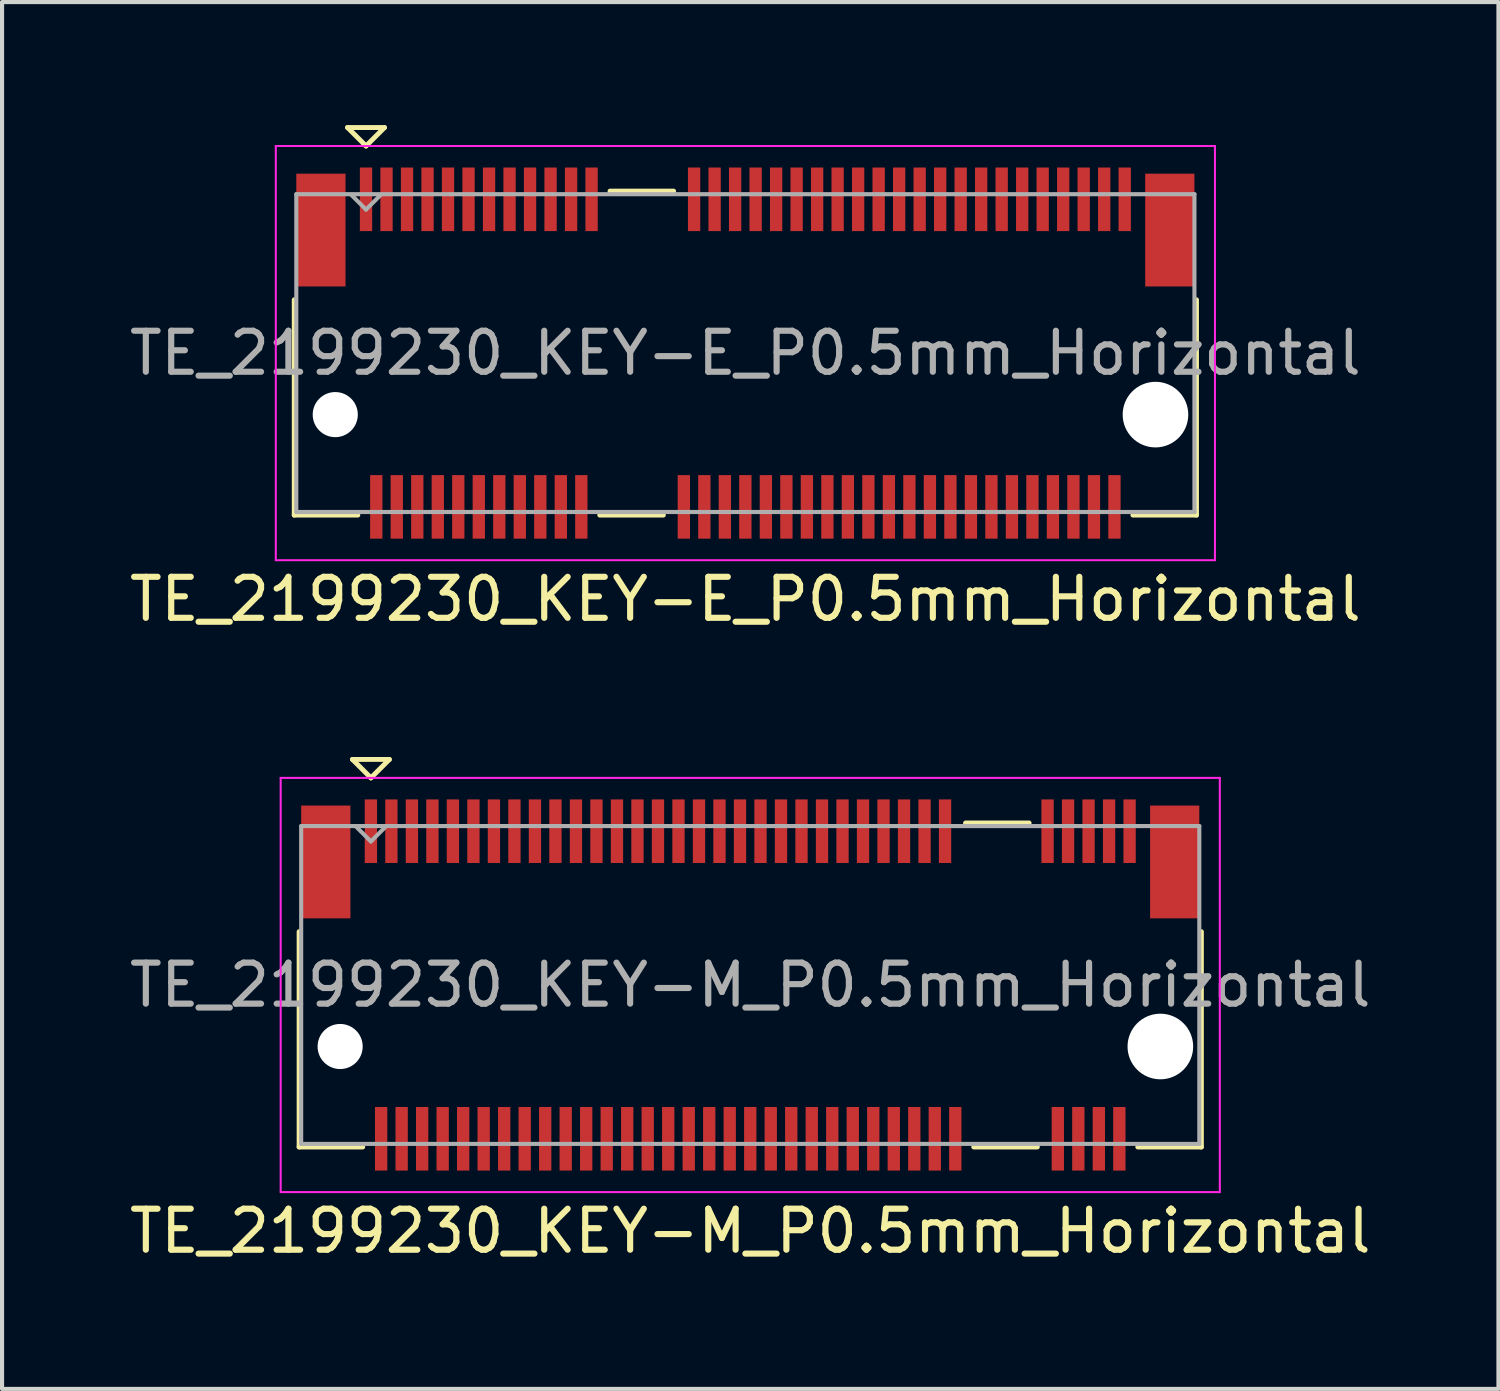
<source format=kicad_pcb>
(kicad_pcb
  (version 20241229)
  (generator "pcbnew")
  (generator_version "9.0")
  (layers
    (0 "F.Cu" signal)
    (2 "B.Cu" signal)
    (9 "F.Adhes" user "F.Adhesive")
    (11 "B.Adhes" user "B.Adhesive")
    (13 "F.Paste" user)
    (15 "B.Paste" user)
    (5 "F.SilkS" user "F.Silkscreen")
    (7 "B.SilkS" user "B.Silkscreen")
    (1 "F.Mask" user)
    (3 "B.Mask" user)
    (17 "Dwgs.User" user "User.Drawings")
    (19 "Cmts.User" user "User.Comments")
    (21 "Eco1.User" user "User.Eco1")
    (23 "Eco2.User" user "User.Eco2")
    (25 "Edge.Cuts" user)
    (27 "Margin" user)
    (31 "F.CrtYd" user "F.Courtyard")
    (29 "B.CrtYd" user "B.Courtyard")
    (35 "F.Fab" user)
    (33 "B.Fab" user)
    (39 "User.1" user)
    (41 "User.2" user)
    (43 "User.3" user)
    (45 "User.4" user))
  (footprint "TE_2199230_KEY-M_P0.5mm_Horizontal"
    (layer "F.Cu")
    (at 15.244 20.968)
    (property "Reference" "TE_2199230_KEY-M_P0.5mm_Horizontal" (at 0 6 0) (layer "F.SilkS") (effects (font (size 1 1) (thickness 0.15))))
    (attr through_hole)
    (fp_line (start -11 3.95) (end -11 -1.3) (stroke (width 0.12) (type solid)) (layer "F.SilkS"))
    (fp_line (start -9.7 -5.5) (end -8.8 -5.5) (stroke (width 0.12) (type solid)) (layer "F.SilkS"))
    (fp_line (start -9.45 3.95) (end -11 3.95) (stroke (width 0.12) (type solid)) (layer "F.SilkS"))
    (fp_line (start -9.25 -5.05) (end -9.7 -5.5) (stroke (width 0.12) (type solid)) (layer "F.SilkS"))
    (fp_line (start -8.8 -5.5) (end -9.25 -5.05) (stroke (width 0.12) (type solid)) (layer "F.SilkS"))
    (fp_line (start 6.8 -3.95) (end 5.25 -3.95) (stroke (width 0.12) (type solid)) (layer "F.SilkS"))
    (fp_line (start 7 3.95) (end 5.45 3.95) (stroke (width 0.12) (type solid)) (layer "F.SilkS"))
    (fp_line (start 11 -1.3) (end 11 3.95) (stroke (width 0.12) (type solid)) (layer "F.SilkS"))
    (fp_line (start 11 3.95) (end 9.45 3.95) (stroke (width 0.12) (type solid)) (layer "F.SilkS"))
    (fp_line (start -11.45 -5.05) (end 11.45 -5.05) (stroke (width 0.05) (type solid)) (layer "F.CrtYd"))
    (fp_line (start -11.45 5.05) (end -11.45 -5.05) (stroke (width 0.05) (type solid)) (layer "F.CrtYd"))
    (fp_line (start -11.45 5.05) (end 11.45 5.05) (stroke (width 0.05) (type solid)) (layer "F.CrtYd"))
    (fp_line (start 11.45 -5.05) (end 11.45 5.05) (stroke (width 0.05) (type solid)) (layer "F.CrtYd"))
    (fp_line (start -10.95 -3.875) (end -10.95 3.875) (stroke (width 0.1) (type solid)) (layer "F.Fab"))
    (fp_line (start -10.95 3.875) (end 10.95 3.875) (stroke (width 0.1) (type solid)) (layer "F.Fab"))
    (fp_line (start -9.25 -3.5) (end -9.61 -3.86) (stroke (width 0.1) (type solid)) (layer "F.Fab"))
    (fp_line (start -9.25 -3.5) (end -8.89 -3.86) (stroke (width 0.1) (type solid)) (layer "F.Fab"))
    (fp_line (start 10.95 -3.875) (end -10.95 -3.875) (stroke (width 0.1) (type solid)) (layer "F.Fab"))
    (fp_line (start 10.95 -3.875) (end 10.95 3.875) (stroke (width 0.1) (type solid)) (layer "F.Fab"))
    (fp_text user "${REFERENCE}" (at 0 0 0) (layer "F.Fab") (effects (font (size 1 1) (thickness 0.15))))
    (pad "" np_thru_hole circle (at -10 1.5) (size 1.1 1.1) (drill 1.1) (layers "*.Cu" "*.Mask"))
    (pad "" np_thru_hole circle (at 10 1.5) (size 1.6 1.6) (drill 1.6) (layers "*.Cu" "*.Mask"))
    (pad "1" smd rect (at -9.25 -3.75) (size 0.3 1.55) (layers "F.Cu" "F.Mask" "F.Paste"))
    (pad "2" smd rect (at -9 3.75) (size 0.3 1.55) (layers "F.Cu" "F.Mask" "F.Paste"))
    (pad "3" smd rect (at -8.75 -3.75) (size 0.3 1.55) (layers "F.Cu" "F.Mask" "F.Paste"))
    (pad "4" smd rect (at -8.5 3.75) (size 0.3 1.55) (layers "F.Cu" "F.Mask" "F.Paste"))
    (pad "5" smd rect (at -8.25 -3.75) (size 0.3 1.55) (layers "F.Cu" "F.Mask" "F.Paste"))
    (pad "6" smd rect (at -8 3.75) (size 0.3 1.55) (layers "F.Cu" "F.Mask" "F.Paste"))
    (pad "7" smd rect (at -7.75 -3.75) (size 0.3 1.55) (layers "F.Cu" "F.Mask" "F.Paste"))
    (pad "8" smd rect (at -7.5 3.75) (size 0.3 1.55) (layers "F.Cu" "F.Mask" "F.Paste"))
    (pad "9" smd rect (at -7.25 -3.75) (size 0.3 1.55) (layers "F.Cu" "F.Mask" "F.Paste"))
    (pad "10" smd rect (at -7 3.75) (size 0.3 1.55) (layers "F.Cu" "F.Mask" "F.Paste"))
    (pad "11" smd rect (at -6.75 -3.75) (size 0.3 1.55) (layers "F.Cu" "F.Mask" "F.Paste"))
    (pad "12" smd rect (at -6.5 3.75) (size 0.3 1.55) (layers "F.Cu" "F.Mask" "F.Paste"))
    (pad "13" smd rect (at -6.25 -3.75) (size 0.3 1.55) (layers "F.Cu" "F.Mask" "F.Paste"))
    (pad "14" smd rect (at -6 3.75) (size 0.3 1.55) (layers "F.Cu" "F.Mask" "F.Paste"))
    (pad "15" smd rect (at -5.75 -3.75) (size 0.3 1.55) (layers "F.Cu" "F.Mask" "F.Paste"))
    (pad "16" smd rect (at -5.5 3.75) (size 0.3 1.55) (layers "F.Cu" "F.Mask" "F.Paste"))
    (pad "17" smd rect (at -5.25 -3.75) (size 0.3 1.55) (layers "F.Cu" "F.Mask" "F.Paste"))
    (pad "18" smd rect (at -5 3.75) (size 0.3 1.55) (layers "F.Cu" "F.Mask" "F.Paste"))
    (pad "19" smd rect (at -4.75 -3.75) (size 0.3 1.55) (layers "F.Cu" "F.Mask" "F.Paste"))
    (pad "20" smd rect (at -4.5 3.75) (size 0.3 1.55) (layers "F.Cu" "F.Mask" "F.Paste"))
    (pad "21" smd rect (at -4.25 -3.75) (size 0.3 1.55) (layers "F.Cu" "F.Mask" "F.Paste"))
    (pad "22" smd rect (at -4 3.75) (size 0.3 1.55) (layers "F.Cu" "F.Mask" "F.Paste"))
    (pad "23" smd rect (at -3.75 -3.75) (size 0.3 1.55) (layers "F.Cu" "F.Mask" "F.Paste"))
    (pad "24" smd rect (at -3.5 3.75) (size 0.3 1.55) (layers "F.Cu" "F.Mask" "F.Paste"))
    (pad "25" smd rect (at -3.25 -3.75) (size 0.3 1.55) (layers "F.Cu" "F.Mask" "F.Paste"))
    (pad "26" smd rect (at -3 3.75) (size 0.3 1.55) (layers "F.Cu" "F.Mask" "F.Paste"))
    (pad "27" smd rect (at -2.75 -3.75) (size 0.3 1.55) (layers "F.Cu" "F.Mask" "F.Paste"))
    (pad "28" smd rect (at -2.5 3.75) (size 0.3 1.55) (layers "F.Cu" "F.Mask" "F.Paste"))
    (pad "29" smd rect (at -2.25 -3.75) (size 0.3 1.55) (layers "F.Cu" "F.Mask" "F.Paste"))
    (pad "30" smd rect (at -2 3.75) (size 0.3 1.55) (layers "F.Cu" "F.Mask" "F.Paste"))
    (pad "31" smd rect (at -1.75 -3.75) (size 0.3 1.55) (layers "F.Cu" "F.Mask" "F.Paste"))
    (pad "32" smd rect (at -1.5 3.75) (size 0.3 1.55) (layers "F.Cu" "F.Mask" "F.Paste"))
    (pad "33" smd rect (at -1.25 -3.75) (size 0.3 1.55) (layers "F.Cu" "F.Mask" "F.Paste"))
    (pad "34" smd rect (at -1 3.75) (size 0.3 1.55) (layers "F.Cu" "F.Mask" "F.Paste"))
    (pad "35" smd rect (at -0.75 -3.75) (size 0.3 1.55) (layers "F.Cu" "F.Mask" "F.Paste"))
    (pad "36" smd rect (at -0.5 3.75) (size 0.3 1.55) (layers "F.Cu" "F.Mask" "F.Paste"))
    (pad "37" smd rect (at -0.25 -3.75) (size 0.3 1.55) (layers "F.Cu" "F.Mask" "F.Paste"))
    (pad "38" smd rect (at 0 3.75) (size 0.3 1.55) (layers "F.Cu" "F.Mask" "F.Paste"))
    (pad "39" smd rect (at 0.25 -3.75) (size 0.3 1.55) (layers "F.Cu" "F.Mask" "F.Paste"))
    (pad "40" smd rect (at 0.5 3.75) (size 0.3 1.55) (layers "F.Cu" "F.Mask" "F.Paste"))
    (pad "41" smd rect (at 0.75 -3.75) (size 0.3 1.55) (layers "F.Cu" "F.Mask" "F.Paste"))
    (pad "42" smd rect (at 1 3.75) (size 0.3 1.55) (layers "F.Cu" "F.Mask" "F.Paste"))
    (pad "43" smd rect (at 1.25 -3.75) (size 0.3 1.55) (layers "F.Cu" "F.Mask" "F.Paste"))
    (pad "44" smd rect (at 1.5 3.75) (size 0.3 1.55) (layers "F.Cu" "F.Mask" "F.Paste"))
    (pad "45" smd rect (at 1.75 -3.75) (size 0.3 1.55) (layers "F.Cu" "F.Mask" "F.Paste"))
    (pad "46" smd rect (at 2 3.75) (size 0.3 1.55) (layers "F.Cu" "F.Mask" "F.Paste"))
    (pad "47" smd rect (at 2.25 -3.75) (size 0.3 1.55) (layers "F.Cu" "F.Mask" "F.Paste"))
    (pad "48" smd rect (at 2.5 3.75) (size 0.3 1.55) (layers "F.Cu" "F.Mask" "F.Paste"))
    (pad "49" smd rect (at 2.75 -3.75) (size 0.3 1.55) (layers "F.Cu" "F.Mask" "F.Paste"))
    (pad "50" smd rect (at 3 3.75) (size 0.3 1.55) (layers "F.Cu" "F.Mask" "F.Paste"))
    (pad "51" smd rect (at 3.25 -3.75) (size 0.3 1.55) (layers "F.Cu" "F.Mask" "F.Paste"))
    (pad "52" smd rect (at 3.5 3.75) (size 0.3 1.55) (layers "F.Cu" "F.Mask" "F.Paste"))
    (pad "53" smd rect (at 3.75 -3.75) (size 0.3 1.55) (layers "F.Cu" "F.Mask" "F.Paste"))
    (pad "54" smd rect (at 4 3.75) (size 0.3 1.55) (layers "F.Cu" "F.Mask" "F.Paste"))
    (pad "55" smd rect (at 4.25 -3.75) (size 0.3 1.55) (layers "F.Cu" "F.Mask" "F.Paste"))
    (pad "56" smd rect (at 4.5 3.75) (size 0.3 1.55) (layers "F.Cu" "F.Mask" "F.Paste"))
    (pad "57" smd rect (at 4.75 -3.75) (size 0.3 1.55) (layers "F.Cu" "F.Mask" "F.Paste"))
    (pad "58" smd rect (at 5 3.75) (size 0.3 1.55) (layers "F.Cu" "F.Mask" "F.Paste"))
    (pad "67" smd rect (at 7.25 -3.75) (size 0.3 1.55) (layers "F.Cu" "F.Mask" "F.Paste"))
    (pad "68" smd rect (at 7.5 3.75) (size 0.3 1.55) (layers "F.Cu" "F.Mask" "F.Paste"))
    (pad "69" smd rect (at 7.75 -3.75) (size 0.3 1.55) (layers "F.Cu" "F.Mask" "F.Paste"))
    (pad "70" smd rect (at 8 3.75) (size 0.3 1.55) (layers "F.Cu" "F.Mask" "F.Paste"))
    (pad "71" smd rect (at 8.25 -3.75) (size 0.3 1.55) (layers "F.Cu" "F.Mask" "F.Paste"))
    (pad "72" smd rect (at 8.5 3.75) (size 0.3 1.55) (layers "F.Cu" "F.Mask" "F.Paste"))
    (pad "73" smd rect (at 8.75 -3.75) (size 0.3 1.55) (layers "F.Cu" "F.Mask" "F.Paste"))
    (pad "74" smd rect (at 9 3.75) (size 0.3 1.55) (layers "F.Cu" "F.Mask" "F.Paste"))
    (pad "75" smd rect (at 9.25 -3.75) (size 0.3 1.55) (layers "F.Cu" "F.Mask" "F.Paste"))
    (pad "MP" smd rect (at -10.35 -3) (size 1.2 2.75) (layers "F.Cu" "F.Mask" "F.Paste"))
    (pad "MP" smd rect (at 10.35 -3) (size 1.2 2.75) (layers "F.Cu" "F.Mask" "F.Paste")))
  (footprint "TE_2199230_KEY-E_P0.5mm_Horizontal"
    (layer "F.Cu")
    (at 15.125 5.56)
    (property "Reference" "TE_2199230_KEY-E_P0.5mm_Horizontal" (at 0 6 0) (layer "F.SilkS") (effects (font (size 1 1) (thickness 0.15))))
    (attr through_hole)
    (fp_line (start -11 3.95) (end -11 -1.3) (stroke (width 0.12) (type solid)) (layer "F.SilkS"))
    (fp_line (start -9.7 -5.5) (end -8.8 -5.5) (stroke (width 0.12) (type solid)) (layer "F.SilkS"))
    (fp_line (start -9.45 3.95) (end -11 3.95) (stroke (width 0.12) (type solid)) (layer "F.SilkS"))
    (fp_line (start -9.25 -5.05) (end -9.7 -5.5) (stroke (width 0.12) (type solid)) (layer "F.SilkS"))
    (fp_line (start -8.8 -5.5) (end -9.25 -5.05) (stroke (width 0.12) (type solid)) (layer "F.SilkS"))
    (fp_line (start -2 3.95) (end -3.55 3.95) (stroke (width 0.12) (type solid)) (layer "F.SilkS"))
    (fp_line (start -1.75 -3.95) (end -3.3 -3.95) (stroke (width 0.12) (type solid)) (layer "F.SilkS"))
    (fp_line (start 11 -1.3) (end 11 3.95) (stroke (width 0.12) (type solid)) (layer "F.SilkS"))
    (fp_line (start 11 3.95) (end 9.45 3.95) (stroke (width 0.12) (type solid)) (layer "F.SilkS"))
    (fp_line (start -11.45 -5.05) (end 11.45 -5.05) (stroke (width 0.05) (type solid)) (layer "F.CrtYd"))
    (fp_line (start -11.45 5.05) (end -11.45 -5.05) (stroke (width 0.05) (type solid)) (layer "F.CrtYd"))
    (fp_line (start -11.45 5.05) (end 11.45 5.05) (stroke (width 0.05) (type solid)) (layer "F.CrtYd"))
    (fp_line (start 11.45 -5.05) (end 11.45 5.05) (stroke (width 0.05) (type solid)) (layer "F.CrtYd"))
    (fp_line (start -10.95 -3.875) (end -10.95 3.875) (stroke (width 0.1) (type solid)) (layer "F.Fab"))
    (fp_line (start -10.95 3.875) (end 10.95 3.875) (stroke (width 0.1) (type solid)) (layer "F.Fab"))
    (fp_line (start -9.25 -3.5) (end -9.61 -3.86) (stroke (width 0.1) (type solid)) (layer "F.Fab"))
    (fp_line (start -9.25 -3.5) (end -8.89 -3.86) (stroke (width 0.1) (type solid)) (layer "F.Fab"))
    (fp_line (start 10.95 -3.875) (end -10.95 -3.875) (stroke (width 0.1) (type solid)) (layer "F.Fab"))
    (fp_line (start 10.95 -3.875) (end 10.95 3.875) (stroke (width 0.1) (type solid)) (layer "F.Fab"))
    (fp_text user "${REFERENCE}" (at 0 0 0) (layer "F.Fab") (effects (font (size 1 1) (thickness 0.15))))
    (pad "" np_thru_hole circle (at -10 1.5) (size 1.1 1.1) (drill 1.1) (layers "*.Cu" "*.Mask"))
    (pad "" np_thru_hole circle (at 10 1.5) (size 1.6 1.6) (drill 1.6) (layers "*.Cu" "*.Mask"))
    (pad "1" smd rect (at -9.25 -3.75) (size 0.3 1.55) (layers "F.Cu" "F.Mask" "F.Paste"))
    (pad "2" smd rect (at -9 3.75) (size 0.3 1.55) (layers "F.Cu" "F.Mask" "F.Paste"))
    (pad "3" smd rect (at -8.75 -3.75) (size 0.3 1.55) (layers "F.Cu" "F.Mask" "F.Paste"))
    (pad "4" smd rect (at -8.5 3.75) (size 0.3 1.55) (layers "F.Cu" "F.Mask" "F.Paste"))
    (pad "5" smd rect (at -8.25 -3.75) (size 0.3 1.55) (layers "F.Cu" "F.Mask" "F.Paste"))
    (pad "6" smd rect (at -8 3.75) (size 0.3 1.55) (layers "F.Cu" "F.Mask" "F.Paste"))
    (pad "7" smd rect (at -7.75 -3.75) (size 0.3 1.55) (layers "F.Cu" "F.Mask" "F.Paste"))
    (pad "8" smd rect (at -7.5 3.75) (size 0.3 1.55) (layers "F.Cu" "F.Mask" "F.Paste"))
    (pad "9" smd rect (at -7.25 -3.75) (size 0.3 1.55) (layers "F.Cu" "F.Mask" "F.Paste"))
    (pad "10" smd rect (at -7 3.75) (size 0.3 1.55) (layers "F.Cu" "F.Mask" "F.Paste"))
    (pad "11" smd rect (at -6.75 -3.75) (size 0.3 1.55) (layers "F.Cu" "F.Mask" "F.Paste"))
    (pad "12" smd rect (at -6.5 3.75) (size 0.3 1.55) (layers "F.Cu" "F.Mask" "F.Paste"))
    (pad "13" smd rect (at -6.25 -3.75) (size 0.3 1.55) (layers "F.Cu" "F.Mask" "F.Paste"))
    (pad "14" smd rect (at -6 3.75) (size 0.3 1.55) (layers "F.Cu" "F.Mask" "F.Paste"))
    (pad "15" smd rect (at -5.75 -3.75) (size 0.3 1.55) (layers "F.Cu" "F.Mask" "F.Paste"))
    (pad "16" smd rect (at -5.5 3.75) (size 0.3 1.55) (layers "F.Cu" "F.Mask" "F.Paste"))
    (pad "17" smd rect (at -5.25 -3.75) (size 0.3 1.55) (layers "F.Cu" "F.Mask" "F.Paste"))
    (pad "18" smd rect (at -5 3.75) (size 0.3 1.55) (layers "F.Cu" "F.Mask" "F.Paste"))
    (pad "19" smd rect (at -4.75 -3.75) (size 0.3 1.55) (layers "F.Cu" "F.Mask" "F.Paste"))
    (pad "20" smd rect (at -4.5 3.75) (size 0.3 1.55) (layers "F.Cu" "F.Mask" "F.Paste"))
    (pad "21" smd rect (at -4.25 -3.75) (size 0.3 1.55) (layers "F.Cu" "F.Mask" "F.Paste"))
    (pad "22" smd rect (at -4 3.75) (size 0.3 1.55) (layers "F.Cu" "F.Mask" "F.Paste"))
    (pad "23" smd rect (at -3.75 -3.75) (size 0.3 1.55) (layers "F.Cu" "F.Mask" "F.Paste"))
    (pad "32" smd rect (at -1.5 3.75) (size 0.3 1.55) (layers "F.Cu" "F.Mask" "F.Paste"))
    (pad "33" smd rect (at -1.25 -3.75) (size 0.3 1.55) (layers "F.Cu" "F.Mask" "F.Paste"))
    (pad "34" smd rect (at -1 3.75) (size 0.3 1.55) (layers "F.Cu" "F.Mask" "F.Paste"))
    (pad "35" smd rect (at -0.75 -3.75) (size 0.3 1.55) (layers "F.Cu" "F.Mask" "F.Paste"))
    (pad "36" smd rect (at -0.5 3.75) (size 0.3 1.55) (layers "F.Cu" "F.Mask" "F.Paste"))
    (pad "37" smd rect (at -0.25 -3.75) (size 0.3 1.55) (layers "F.Cu" "F.Mask" "F.Paste"))
    (pad "38" smd rect (at 0 3.75) (size 0.3 1.55) (layers "F.Cu" "F.Mask" "F.Paste"))
    (pad "39" smd rect (at 0.25 -3.75) (size 0.3 1.55) (layers "F.Cu" "F.Mask" "F.Paste"))
    (pad "40" smd rect (at 0.5 3.75) (size 0.3 1.55) (layers "F.Cu" "F.Mask" "F.Paste"))
    (pad "41" smd rect (at 0.75 -3.75) (size 0.3 1.55) (layers "F.Cu" "F.Mask" "F.Paste"))
    (pad "42" smd rect (at 1 3.75) (size 0.3 1.55) (layers "F.Cu" "F.Mask" "F.Paste"))
    (pad "43" smd rect (at 1.25 -3.75) (size 0.3 1.55) (layers "F.Cu" "F.Mask" "F.Paste"))
    (pad "44" smd rect (at 1.5 3.75) (size 0.3 1.55) (layers "F.Cu" "F.Mask" "F.Paste"))
    (pad "45" smd rect (at 1.75 -3.75) (size 0.3 1.55) (layers "F.Cu" "F.Mask" "F.Paste"))
    (pad "46" smd rect (at 2 3.75) (size 0.3 1.55) (layers "F.Cu" "F.Mask" "F.Paste"))
    (pad "47" smd rect (at 2.25 -3.75) (size 0.3 1.55) (layers "F.Cu" "F.Mask" "F.Paste"))
    (pad "48" smd rect (at 2.5 3.75) (size 0.3 1.55) (layers "F.Cu" "F.Mask" "F.Paste"))
    (pad "49" smd rect (at 2.75 -3.75) (size 0.3 1.55) (layers "F.Cu" "F.Mask" "F.Paste"))
    (pad "50" smd rect (at 3 3.75) (size 0.3 1.55) (layers "F.Cu" "F.Mask" "F.Paste"))
    (pad "51" smd rect (at 3.25 -3.75) (size 0.3 1.55) (layers "F.Cu" "F.Mask" "F.Paste"))
    (pad "52" smd rect (at 3.5 3.75) (size 0.3 1.55) (layers "F.Cu" "F.Mask" "F.Paste"))
    (pad "53" smd rect (at 3.75 -3.75) (size 0.3 1.55) (layers "F.Cu" "F.Mask" "F.Paste"))
    (pad "54" smd rect (at 4 3.75) (size 0.3 1.55) (layers "F.Cu" "F.Mask" "F.Paste"))
    (pad "55" smd rect (at 4.25 -3.75) (size 0.3 1.55) (layers "F.Cu" "F.Mask" "F.Paste"))
    (pad "56" smd rect (at 4.5 3.75) (size 0.3 1.55) (layers "F.Cu" "F.Mask" "F.Paste"))
    (pad "57" smd rect (at 4.75 -3.75) (size 0.3 1.55) (layers "F.Cu" "F.Mask" "F.Paste"))
    (pad "58" smd rect (at 5 3.75) (size 0.3 1.55) (layers "F.Cu" "F.Mask" "F.Paste"))
    (pad "59" smd rect (at 5.25 -3.75) (size 0.3 1.55) (layers "F.Cu" "F.Mask" "F.Paste"))
    (pad "60" smd rect (at 5.5 3.75) (size 0.3 1.55) (layers "F.Cu" "F.Mask" "F.Paste"))
    (pad "61" smd rect (at 5.75 -3.75) (size 0.3 1.55) (layers "F.Cu" "F.Mask" "F.Paste"))
    (pad "62" smd rect (at 6 3.75) (size 0.3 1.55) (layers "F.Cu" "F.Mask" "F.Paste"))
    (pad "63" smd rect (at 6.25 -3.75) (size 0.3 1.55) (layers "F.Cu" "F.Mask" "F.Paste"))
    (pad "64" smd rect (at 6.5 3.75) (size 0.3 1.55) (layers "F.Cu" "F.Mask" "F.Paste"))
    (pad "65" smd rect (at 6.75 -3.75) (size 0.3 1.55) (layers "F.Cu" "F.Mask" "F.Paste"))
    (pad "66" smd rect (at 7 3.75) (size 0.3 1.55) (layers "F.Cu" "F.Mask" "F.Paste"))
    (pad "67" smd rect (at 7.25 -3.75) (size 0.3 1.55) (layers "F.Cu" "F.Mask" "F.Paste"))
    (pad "68" smd rect (at 7.5 3.75) (size 0.3 1.55) (layers "F.Cu" "F.Mask" "F.Paste"))
    (pad "69" smd rect (at 7.75 -3.75) (size 0.3 1.55) (layers "F.Cu" "F.Mask" "F.Paste"))
    (pad "70" smd rect (at 8 3.75) (size 0.3 1.55) (layers "F.Cu" "F.Mask" "F.Paste"))
    (pad "71" smd rect (at 8.25 -3.75) (size 0.3 1.55) (layers "F.Cu" "F.Mask" "F.Paste"))
    (pad "72" smd rect (at 8.5 3.75) (size 0.3 1.55) (layers "F.Cu" "F.Mask" "F.Paste"))
    (pad "73" smd rect (at 8.75 -3.75) (size 0.3 1.55) (layers "F.Cu" "F.Mask" "F.Paste"))
    (pad "74" smd rect (at 9 3.75) (size 0.3 1.55) (layers "F.Cu" "F.Mask" "F.Paste"))
    (pad "75" smd rect (at 9.25 -3.75) (size 0.3 1.55) (layers "F.Cu" "F.Mask" "F.Paste"))
    (pad "MP" smd rect (at -10.35 -3) (size 1.2 2.75) (layers "F.Cu" "F.Mask" "F.Paste"))
    (pad "MP" smd rect (at 10.35 -3) (size 1.2 2.75) (layers "F.Cu" "F.Mask" "F.Paste")))
  (gr_rect
    (start -3 -3)
    (end 33.488 30.817)
    (stroke (width 0.1) (type default))
    (fill no)
    (layer "Edge.Cuts")))
</source>
